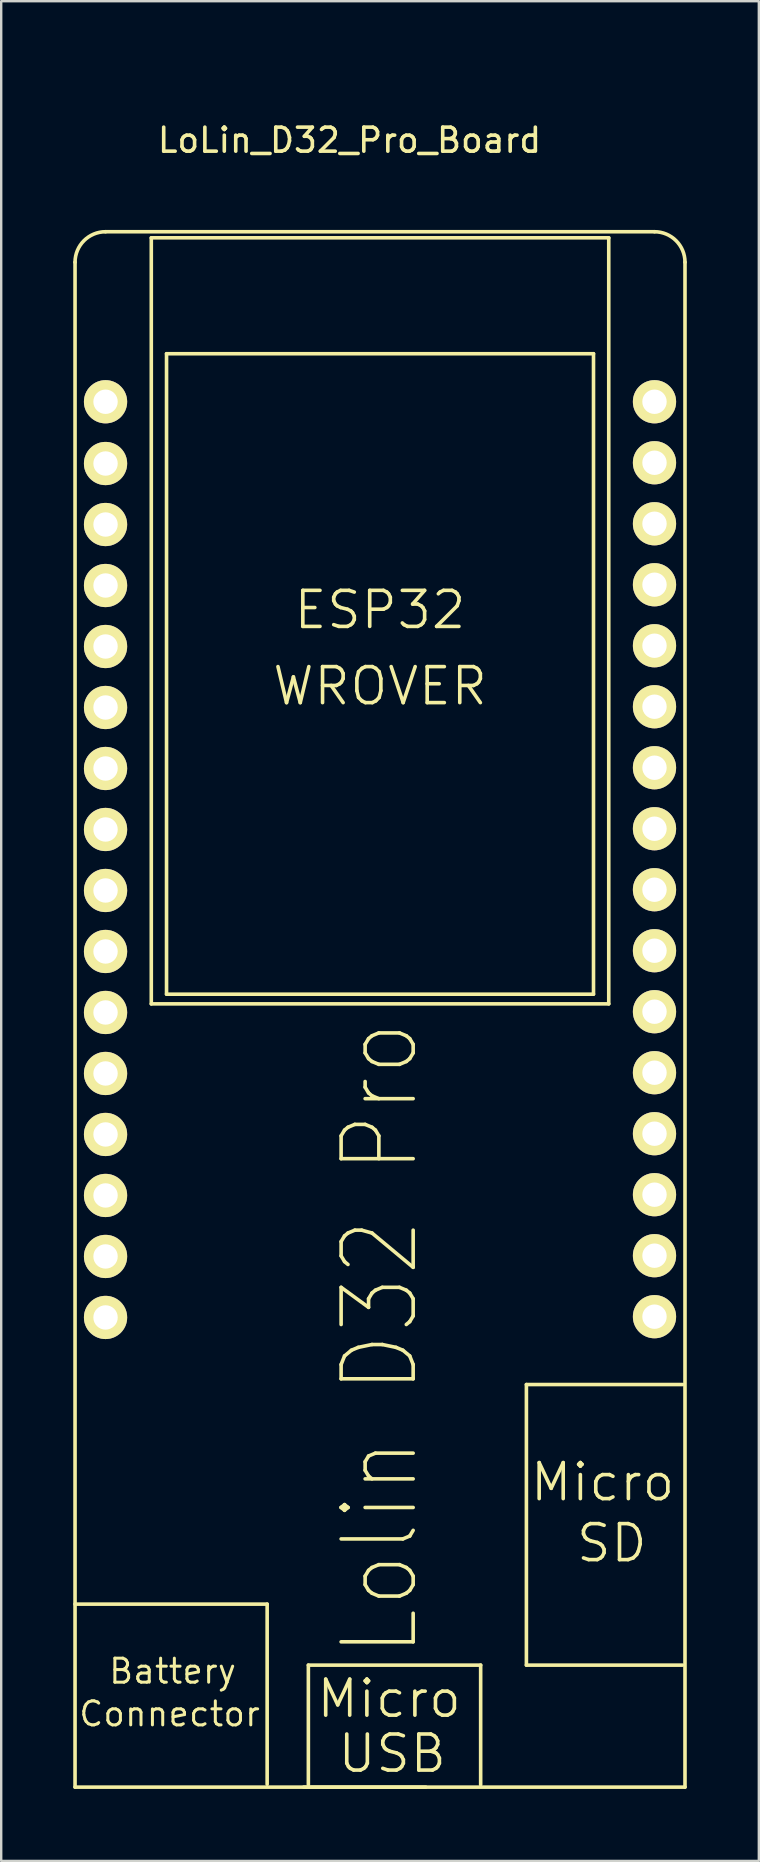
<source format=kicad_pcb>
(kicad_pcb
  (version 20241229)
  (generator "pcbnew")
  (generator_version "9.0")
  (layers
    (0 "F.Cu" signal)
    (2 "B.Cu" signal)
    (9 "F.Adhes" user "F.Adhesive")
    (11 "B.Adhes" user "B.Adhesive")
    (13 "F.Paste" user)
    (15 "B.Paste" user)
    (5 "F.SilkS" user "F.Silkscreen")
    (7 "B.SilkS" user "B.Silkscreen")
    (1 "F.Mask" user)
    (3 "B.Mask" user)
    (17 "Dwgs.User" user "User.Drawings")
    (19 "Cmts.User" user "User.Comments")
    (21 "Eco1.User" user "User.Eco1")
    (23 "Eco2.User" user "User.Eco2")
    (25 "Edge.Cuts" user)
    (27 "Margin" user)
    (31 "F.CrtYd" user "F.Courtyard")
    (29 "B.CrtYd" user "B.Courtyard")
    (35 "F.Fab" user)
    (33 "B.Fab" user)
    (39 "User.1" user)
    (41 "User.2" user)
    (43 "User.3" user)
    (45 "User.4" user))
  (footprint "LoLin_D32_Pro_Board"
    (layer "F.Cu")
    (at 12.775 0.25)
    (property "Reference" "LoLin_D32_Pro_Board" (at -1.27 2.54 0) (layer "F.SilkS") (effects (font (size 1 1) (thickness 0.15))))
    (attr through_hole)
    (fp_line (start -12.7 7.62) (end -12.7 71.12) (stroke (width 0.15) (type solid)) (layer "F.SilkS"))
    (fp_line (start -12.7 63.5) (end -4.7 63.5) (stroke (width 0.15) (type solid)) (layer "F.SilkS"))
    (fp_line (start -12.7 71.12) (end 12.7 71.12) (stroke (width 0.15) (type solid)) (layer "F.SilkS"))
    (fp_line (start -11.43 6.35) (end 11.43 6.35) (stroke (width 0.15) (type solid)) (layer "F.SilkS"))
    (fp_line (start -9.525 38.504) (end -9.525 6.604) (stroke (width 0.15) (type solid)) (layer "F.SilkS"))
    (fp_line (start -9.525 38.504) (end 9.525 38.504) (stroke (width 0.15) (type solid)) (layer "F.SilkS"))
    (fp_line (start -8.89 11.43) (end -8.89 38.1) (stroke (width 0.15) (type solid)) (layer "F.SilkS"))
    (fp_line (start -8.89 38.1) (end 8.89 38.1) (stroke (width 0.15) (type solid)) (layer "F.SilkS"))
    (fp_line (start -4.7 63.5) (end -4.7 71) (stroke (width 0.15) (type solid)) (layer "F.SilkS"))
    (fp_line (start -3.175 71.12) (end 1.905 71.12) (stroke (width 0.15) (type solid)) (layer "F.SilkS"))
    (fp_line (start -2.984 66.04) (end -2.984 71.02) (stroke (width 0.15) (type solid)) (layer "F.SilkS"))
    (fp_line (start -2.984 66.04) (end 4.191 66.04) (stroke (width 0.15) (type solid)) (layer "F.SilkS"))
    (fp_line (start 4.191 66.04) (end 4.191 71.02) (stroke (width 0.15) (type solid)) (layer "F.SilkS"))
    (fp_line (start 6.096 54.356) (end 6.096 66.04) (stroke (width 0.15) (type solid)) (layer "F.SilkS"))
    (fp_line (start 6.096 54.356) (end 12.596 54.356) (stroke (width 0.15) (type solid)) (layer "F.SilkS"))
    (fp_line (start 6.096 66.04) (end 12.596 66.04) (stroke (width 0.15) (type solid)) (layer "F.SilkS"))
    (fp_line (start 8.89 11.43) (end -8.89 11.43) (stroke (width 0.15) (type solid)) (layer "F.SilkS"))
    (fp_line (start 8.89 38.1) (end 8.89 11.43) (stroke (width 0.15) (type solid)) (layer "F.SilkS"))
    (fp_line (start 9.525 6.604) (end -9.525 6.604) (stroke (width 0.15) (type solid)) (layer "F.SilkS"))
    (fp_line (start 9.525 38.504) (end 9.525 6.604) (stroke (width 0.15) (type solid)) (layer "F.SilkS"))
    (fp_line (start 12.7 7.62) (end 12.7 71.12) (stroke (width 0.15) (type solid)) (layer "F.SilkS"))
    (fp_arc (start -12.7 7.62) (mid -12.328026 6.721974) (end -11.43 6.35) (stroke (width 0.15) (type solid)) (layer "F.SilkS"))
    (fp_arc (start 11.43 6.35) (mid 12.328026 6.721974) (end 12.7 7.62) (stroke (width 0.15) (type solid)) (layer "F.SilkS"))
    (fp_text user "Connector" (at -8.763 68.072 0) (layer "F.SilkS") (effects (font (size 1 1) (thickness 0.125))))
    (fp_text user "WROVER" (at 0 25.273 0) (layer "F.SilkS") (effects (font (size 1.5 1.5) (thickness 0.15))))
    (fp_text user "Micro" (at 0.381 67.437 0) (layer "F.SilkS") (effects (font (size 1.5 1.5) (thickness 0.15))))
    (fp_text user "Battery" (at -8.636 66.294 0) (layer "F.SilkS") (effects (font (size 1 1) (thickness 0.125))))
    (fp_text user "USB" (at 0.508 69.723 0) (layer "F.SilkS") (effects (font (size 1.5 1.5) (thickness 0.15))))
    (fp_text user "Micro" (at 9.271 58.42 0) (layer "F.SilkS") (effects (font (size 1.5 1.5) (thickness 0.15))))
    (fp_text user "SD" (at 9.652 60.96 0) (layer "F.SilkS") (effects (font (size 1.5 1.5) (thickness 0.15))))
    (fp_text user "ESP32" (at 0 22.098 0) (layer "F.SilkS") (effects (font (size 1.5 1.5) (thickness 0.15))))
    (fp_text user "Lolin D32 Pro" (at 0 52.451 90) (layer "F.SilkS") (effects (font (size 3 2.5) (thickness 0.15))))
    (pad "1" thru_hole circle (at -11.43 13.43) (size 1.8 1.8) (drill 1.016) (layers "*.Cu" "*.Mask" "F.SilkS"))
    (pad "2" thru_hole circle (at -11.43 16.002) (size 1.8 1.8) (drill 1.016) (layers "*.Cu" "*.Mask" "F.SilkS"))
    (pad "3" thru_hole circle (at -11.43 18.542) (size 1.8 1.8) (drill 1.016) (layers "*.Cu" "*.Mask" "F.SilkS"))
    (pad "4" thru_hole circle (at -11.43 21.082) (size 1.8 1.8) (drill 1.016) (layers "*.Cu" "*.Mask" "F.SilkS"))
    (pad "5" thru_hole circle (at -11.43 23.622) (size 1.8 1.8) (drill 1.016) (layers "*.Cu" "*.Mask" "F.SilkS"))
    (pad "6" thru_hole circle (at -11.43 26.162) (size 1.8 1.8) (drill 1.016) (layers "*.Cu" "*.Mask" "F.SilkS"))
    (pad "7" thru_hole circle (at -11.43 28.702) (size 1.8 1.8) (drill 1.016) (layers "*.Cu" "*.Mask" "F.SilkS"))
    (pad "8" thru_hole circle (at -11.43 31.242) (size 1.8 1.8) (drill 1.016) (layers "*.Cu" "*.Mask" "F.SilkS"))
    (pad "9" thru_hole circle (at -11.43 33.782) (size 1.8 1.8) (drill 1.016) (layers "*.Cu" "*.Mask" "F.SilkS"))
    (pad "10" thru_hole circle (at -11.43 36.322) (size 1.8 1.8) (drill 1.016) (layers "*.Cu" "*.Mask" "F.SilkS"))
    (pad "11" thru_hole circle (at -11.43 38.862) (size 1.8 1.8) (drill 1.016) (layers "*.Cu" "*.Mask" "F.SilkS"))
    (pad "12" thru_hole circle (at -11.43 41.402) (size 1.8 1.8) (drill 1.016) (layers "*.Cu" "*.Mask" "F.SilkS"))
    (pad "13" thru_hole circle (at -11.43 43.942) (size 1.8 1.8) (drill 1.016) (layers "*.Cu" "*.Mask" "F.SilkS"))
    (pad "14" thru_hole circle (at -11.43 46.482) (size 1.8 1.8) (drill 1.016) (layers "*.Cu" "*.Mask" "F.SilkS"))
    (pad "15" thru_hole circle (at -11.43 49.022) (size 1.8 1.8) (drill 1.016) (layers "*.Cu" "*.Mask" "F.SilkS"))
    (pad "16" thru_hole circle (at -11.43 51.562) (size 1.8 1.8) (drill 1.016) (layers "*.Cu" "*.Mask" "F.SilkS"))
    (pad "17" thru_hole circle (at 11.43 13.43) (size 1.8 1.8) (drill 1.016) (layers "*.Cu" "*.Mask" "F.SilkS"))
    (pad "18" thru_hole circle (at 11.43 15.97) (size 1.8 1.8) (drill 1.016) (layers "*.Cu" "*.Mask" "F.SilkS"))
    (pad "19" thru_hole circle (at 11.43 18.51) (size 1.8 1.8) (drill 1.016) (layers "*.Cu" "*.Mask" "F.SilkS"))
    (pad "20" thru_hole circle (at 11.43 21.05) (size 1.8 1.8) (drill 1.016) (layers "*.Cu" "*.Mask" "F.SilkS"))
    (pad "21" thru_hole circle (at 11.43 23.59) (size 1.8 1.8) (drill 1.016) (layers "*.Cu" "*.Mask" "F.SilkS"))
    (pad "22" thru_hole circle (at 11.43 26.13) (size 1.8 1.8) (drill 1.016) (layers "*.Cu" "*.Mask" "F.SilkS"))
    (pad "23" thru_hole circle (at 11.43 28.67) (size 1.8 1.8) (drill 1.016) (layers "*.Cu" "*.Mask" "F.SilkS"))
    (pad "24" thru_hole circle (at 11.43 31.21) (size 1.8 1.8) (drill 1.016) (layers "*.Cu" "*.Mask" "F.SilkS"))
    (pad "25" thru_hole circle (at 11.43 33.75) (size 1.8 1.8) (drill 1.016) (layers "*.Cu" "*.Mask" "F.SilkS"))
    (pad "26" thru_hole circle (at 11.43 36.29) (size 1.8 1.8) (drill 1.016) (layers "*.Cu" "*.Mask" "F.SilkS"))
    (pad "27" thru_hole circle (at 11.43 38.83) (size 1.8 1.8) (drill 1.016) (layers "*.Cu" "*.Mask" "F.SilkS"))
    (pad "28" thru_hole circle (at 11.43 41.37) (size 1.8 1.8) (drill 1.016) (layers "*.Cu" "*.Mask" "F.SilkS"))
    (pad "29" thru_hole circle (at 11.43 43.91) (size 1.8 1.8) (drill 1.016) (layers "*.Cu" "*.Mask" "F.SilkS"))
    (pad "30" thru_hole circle (at 11.43 46.45) (size 1.8 1.8) (drill 1.016) (layers "*.Cu" "*.Mask" "F.SilkS"))
    (pad "31" thru_hole circle (at 11.43 48.99) (size 1.8 1.8) (drill 1.016) (layers "*.Cu" "*.Mask" "F.SilkS"))
    (pad "32" thru_hole circle (at 11.43 51.53) (size 1.8 1.8) (drill 1.016) (layers "*.Cu" "*.Mask" "F.SilkS")))
  (gr_rect
    (start -3 -3)
    (end 28.55 74.445)
    (stroke (width 0.1) (type default))
    (fill no)
    (layer "Edge.Cuts")))
</source>
